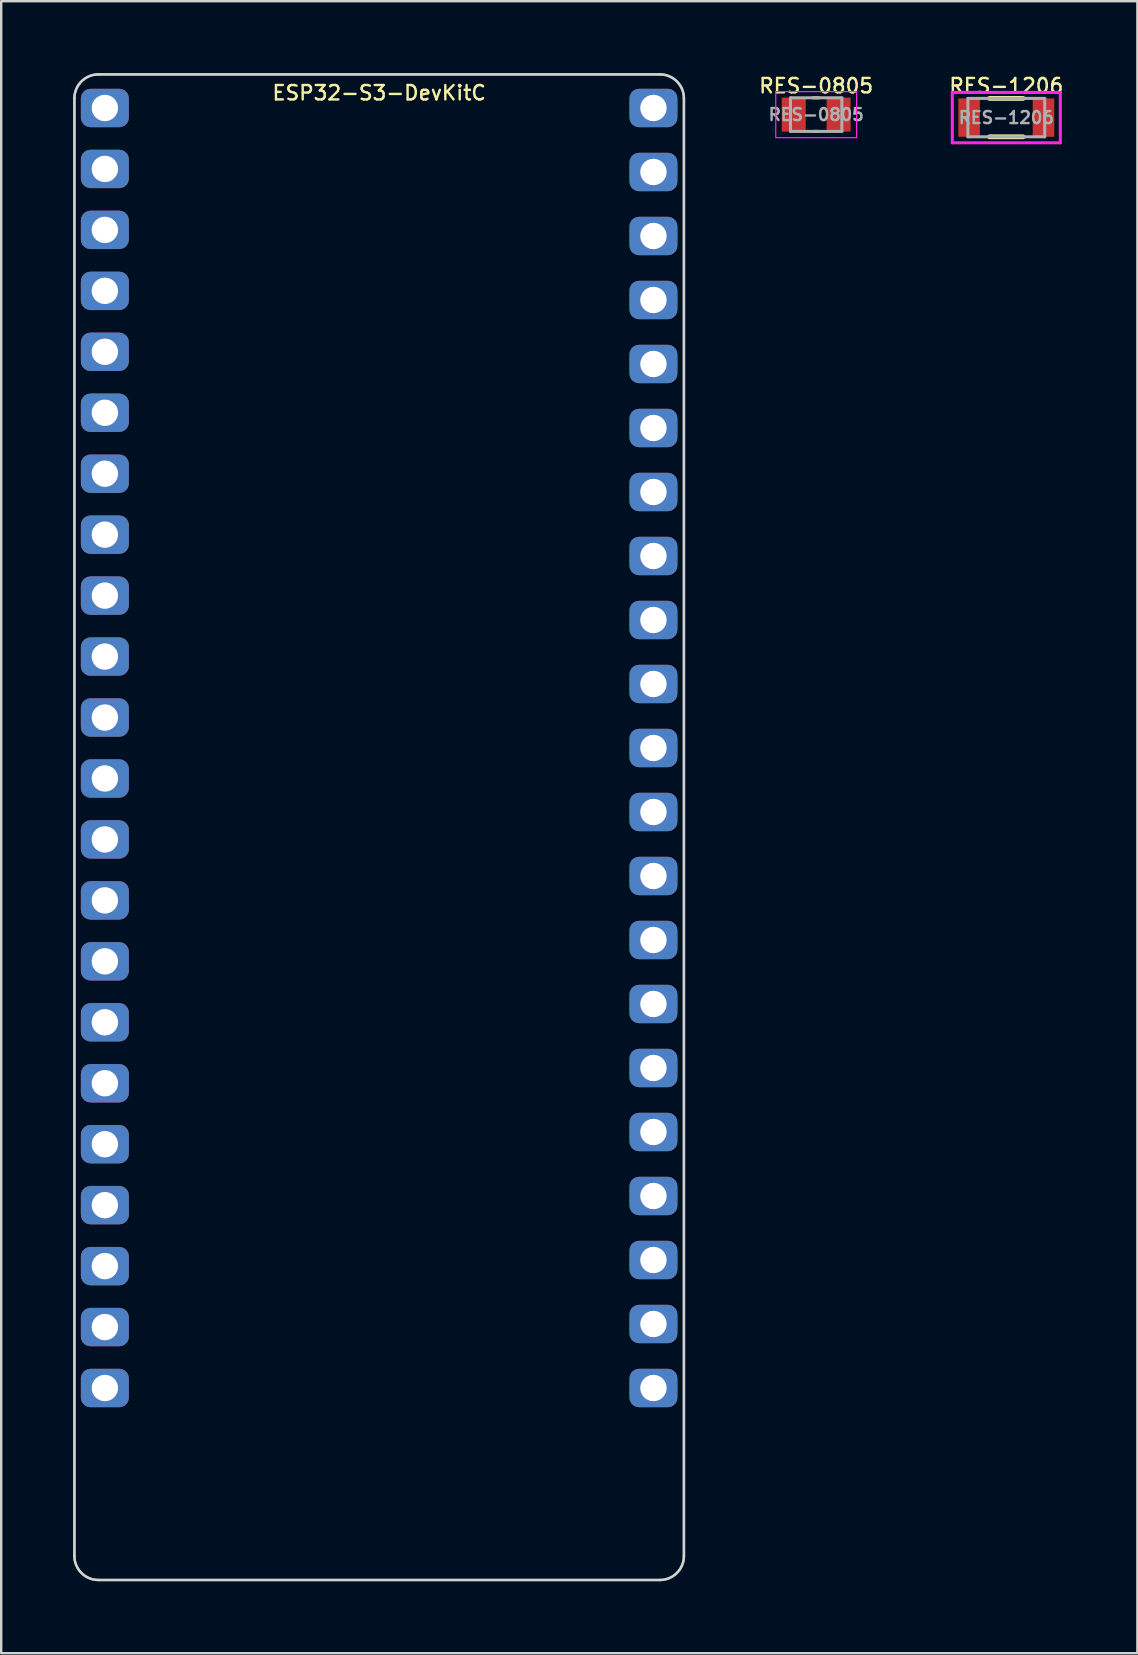
<source format=kicad_pcb>
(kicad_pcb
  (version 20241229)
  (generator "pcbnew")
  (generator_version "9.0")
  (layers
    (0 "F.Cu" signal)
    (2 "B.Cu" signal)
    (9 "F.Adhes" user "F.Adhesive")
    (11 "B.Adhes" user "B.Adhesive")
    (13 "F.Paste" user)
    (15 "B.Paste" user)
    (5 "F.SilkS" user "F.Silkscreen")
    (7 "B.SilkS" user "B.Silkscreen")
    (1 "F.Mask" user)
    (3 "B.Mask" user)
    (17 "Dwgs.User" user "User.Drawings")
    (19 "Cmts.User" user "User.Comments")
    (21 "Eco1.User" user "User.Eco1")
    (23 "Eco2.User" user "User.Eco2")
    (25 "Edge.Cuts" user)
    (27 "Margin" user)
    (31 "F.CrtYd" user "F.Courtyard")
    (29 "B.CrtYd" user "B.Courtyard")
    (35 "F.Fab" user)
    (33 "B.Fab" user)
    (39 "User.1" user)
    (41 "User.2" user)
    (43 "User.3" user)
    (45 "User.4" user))
  (footprint "RES-1206"
    (layer "F.Cu")
    (at 38.884 1.851)
    (property "Reference" "RES-1206" (at 0 -1.325 0) (layer "F.SilkS") (effects (font (size 0.6 0.6) (thickness 0.1) (bold yes))))
    (attr smd)
    (fp_line (start 0.7 -0.8) (end -0.7 -0.8) (stroke (width 0.2) (type solid)) (layer "F.SilkS"))
    (fp_line (start 0.7 0.8) (end -0.7 0.8) (stroke (width 0.2) (type solid)) (layer "F.SilkS"))
    (fp_line (start -2.25 -1.05) (end 2.25 -1.05) (stroke (width 0.127) (type solid)) (layer "F.CrtYd"))
    (fp_line (start -2.25 1.05) (end -2.25 -1.05) (stroke (width 0.127) (type solid)) (layer "F.CrtYd"))
    (fp_line (start -2.25 1.05) (end 2.25 1.05) (stroke (width 0.127) (type solid)) (layer "F.CrtYd"))
    (fp_line (start 2.25 -1.05) (end 2.25 1.05) (stroke (width 0.127) (type solid)) (layer "F.CrtYd"))
    (fp_line (start -1.6 -0.8) (end -1.6 0.8) (stroke (width 0.127) (type solid)) (layer "F.Fab"))
    (fp_line (start -1.6 -0.8) (end 1.6 -0.8) (stroke (width 0.127) (type solid)) (layer "F.Fab"))
    (fp_line (start -1.6 0.8) (end 1.6 0.8) (stroke (width 0.127) (type solid)) (layer "F.Fab"))
    (fp_line (start 1.6 0.8) (end 1.6 -0.8) (stroke (width 0.127) (type solid)) (layer "F.Fab"))
    (fp_text user "${REFERENCE}" (at 0 0 0) (layer "F.Fab") (effects (font (size 0.5 0.5) (thickness 0.1) (bold yes))))
    (pad "1" smd rect (at -1.55 0) (size 0.9 1.6) (layers "F.Cu" "F.Mask" "F.Paste"))
    (pad "2" smd rect (at 1.55 0) (size 0.9 1.6) (layers "F.Cu" "F.Mask" "F.Paste")))
  (footprint "ESP32-S3-DevKitC"
    (layer "F.Cu")
    (at 12.75 31.42)
    (property "Reference" "ESP32-S3-DevKitC" (at 0 -30.6 0) (unlocked yes) (layer "F.SilkS") (effects (font (size 0.6 0.6) (thickness 0.1))))
    (attr smd)
    (fp_line (start -12.7 -30.37) (end -12.7 30.37) (stroke (width 0.1) (type default)) (layer "Edge.Cuts"))
    (fp_line (start -11.7 31.37) (end 11.7 31.37) (stroke (width 0.1) (type default)) (layer "Edge.Cuts"))
    (fp_line (start 11.7 -31.37) (end -11.7 -31.37) (stroke (width 0.1) (type default)) (layer "Edge.Cuts"))
    (fp_line (start 12.7 30.37) (end 12.7 -30.37) (stroke (width 0.1) (type default)) (layer "Edge.Cuts"))
    (fp_arc (start -12.7 -30.37) (mid -12.407107 -31.077107) (end -11.7 -31.37) (stroke (width 0.1) (type default)) (layer "Edge.Cuts"))
    (fp_arc (start -11.7 31.37) (mid -12.407107 31.077107) (end -12.7 30.37) (stroke (width 0.1) (type default)) (layer "Edge.Cuts"))
    (fp_arc (start 11.7 -31.37) (mid 12.407107 -31.077107) (end 12.7 -30.37) (stroke (width 0.1) (type default)) (layer "Edge.Cuts"))
    (fp_arc (start 12.7 30.37) (mid 12.407107 31.077107) (end 11.7 31.37) (stroke (width 0.1) (type default)) (layer "Edge.Cuts"))
    (fp_line (start -12.7 -30.37) (end -12.7 30.37) (stroke (width 0.1) (type default)) (layer "F.Fab"))
    (fp_line (start -11.7 31.37) (end 11.7 31.37) (stroke (width 0.1) (type default)) (layer "F.Fab"))
    (fp_line (start 11.7 -31.37) (end -11.7 -31.37) (stroke (width 0.1) (type default)) (layer "F.Fab"))
    (fp_line (start 12.7 30.37) (end 12.7 -30.37) (stroke (width 0.1) (type default)) (layer "F.Fab"))
    (fp_arc (start -12.7 -30.37) (mid -12.407107 -31.077107) (end -11.7 -31.37) (stroke (width 0.1) (type default)) (layer "F.Fab"))
    (fp_arc (start -11.7 31.37) (mid -12.407107 31.077107) (end -12.7 30.37) (stroke (width 0.1) (type default)) (layer "F.Fab"))
    (fp_arc (start 11.7 -31.37) (mid 12.407107 -31.077107) (end 12.7 -30.37) (stroke (width 0.1) (type default)) (layer "F.Fab"))
    (fp_arc (start 12.7 30.37) (mid 12.407107 31.077107) (end 11.7 31.37) (stroke (width 0.1) (type default)) (layer "F.Fab"))
    (pad "1" thru_hole roundrect (at -11.43 -29.97) (size 2 1.6) (drill 1.1) (layers "*.Cu" "*.Mask") (roundrect_rratio 0.25))
    (pad "2" thru_hole roundrect (at -11.43 -27.43) (size 2 1.6) (drill 1.1) (layers "*.Cu" "*.Mask") (roundrect_rratio 0.25))
    (pad "3" thru_hole roundrect (at -11.43 -24.89) (size 2 1.6) (drill 1.1) (layers "*.Cu" "*.Mask") (roundrect_rratio 0.25))
    (pad "4" thru_hole roundrect (at -11.43 -22.35) (size 2 1.6) (drill 1.1) (layers "*.Cu" "*.Mask") (roundrect_rratio 0.25))
    (pad "5" thru_hole roundrect (at -11.43 -19.81) (size 2 1.6) (drill 1.1) (layers "*.Cu" "*.Mask") (roundrect_rratio 0.25))
    (pad "6" thru_hole roundrect (at -11.43 -17.27) (size 2 1.6) (drill 1.1) (layers "*.Cu" "*.Mask") (roundrect_rratio 0.25))
    (pad "7" thru_hole roundrect (at -11.43 -14.73) (size 2 1.6) (drill 1.1) (layers "*.Cu" "*.Mask") (roundrect_rratio 0.25))
    (pad "8" thru_hole roundrect (at -11.43 -12.19) (size 2 1.6) (drill 1.1) (layers "*.Cu" "*.Mask") (roundrect_rratio 0.25))
    (pad "9" thru_hole roundrect (at -11.43 -9.65) (size 2 1.6) (drill 1.1) (layers "*.Cu" "*.Mask") (roundrect_rratio 0.25))
    (pad "10" thru_hole roundrect (at -11.43 -7.11) (size 2 1.6) (drill 1.1) (layers "*.Cu" "*.Mask") (roundrect_rratio 0.25))
    (pad "11" thru_hole roundrect (at -11.43 -4.57) (size 2 1.6) (drill 1.1) (layers "*.Cu" "*.Mask") (roundrect_rratio 0.25))
    (pad "12" thru_hole roundrect (at -11.43 -2.03) (size 2 1.6) (drill 1.1) (layers "*.Cu" "*.Mask") (roundrect_rratio 0.25))
    (pad "13" thru_hole roundrect (at -11.43 0.51) (size 2 1.6) (drill 1.1) (layers "*.Cu" "*.Mask") (roundrect_rratio 0.25))
    (pad "14" thru_hole roundrect (at -11.43 3.05) (size 2 1.6) (drill 1.1) (layers "*.Cu" "*.Mask") (roundrect_rratio 0.25))
    (pad "15" thru_hole roundrect (at -11.43 5.59) (size 2 1.6) (drill 1.1) (layers "*.Cu" "*.Mask") (roundrect_rratio 0.25))
    (pad "16" thru_hole roundrect (at -11.43 8.13) (size 2 1.6) (drill 1.1) (layers "*.Cu" "*.Mask") (roundrect_rratio 0.25))
    (pad "17" thru_hole roundrect (at -11.43 10.67) (size 2 1.6) (drill 1.1) (layers "*.Cu" "*.Mask") (roundrect_rratio 0.25))
    (pad "18" thru_hole roundrect (at -11.43 13.21) (size 2 1.6) (drill 1.1) (layers "*.Cu" "*.Mask") (roundrect_rratio 0.25))
    (pad "19" thru_hole roundrect (at -11.43 15.75) (size 2 1.6) (drill 1.1) (layers "*.Cu" "*.Mask") (roundrect_rratio 0.25))
    (pad "20" thru_hole roundrect (at -11.43 18.29) (size 2 1.6) (drill 1.1) (layers "*.Cu" "*.Mask") (roundrect_rratio 0.25))
    (pad "21" thru_hole roundrect (at -11.43 20.83) (size 2 1.6) (drill 1.1) (layers "*.Cu" "*.Mask") (roundrect_rratio 0.25))
    (pad "22" thru_hole roundrect (at -11.43 23.37) (size 2 1.6) (drill 1.1) (layers "*.Cu" "*.Mask") (roundrect_rratio 0.25))
    (pad "23" thru_hole roundrect (at 11.43 23.37) (size 2 1.6) (drill 1.1) (layers "*.Cu" "*.Mask") (roundrect_rratio 0.25))
    (pad "24" thru_hole roundrect (at 11.43 20.703) (size 2 1.6) (drill 1.1) (layers "*.Cu" "*.Mask") (roundrect_rratio 0.25))
    (pad "25" thru_hole roundrect (at 11.43 18.036) (size 2 1.6) (drill 1.1) (layers "*.Cu" "*.Mask") (roundrect_rratio 0.25))
    (pad "26" thru_hole roundrect (at 11.43 15.369) (size 2 1.6) (drill 1.1) (layers "*.Cu" "*.Mask") (roundrect_rratio 0.25))
    (pad "27" thru_hole roundrect (at 11.43 12.702) (size 2 1.6) (drill 1.1) (layers "*.Cu" "*.Mask") (roundrect_rratio 0.25))
    (pad "28" thru_hole roundrect (at 11.43 10.035) (size 2 1.6) (drill 1.1) (layers "*.Cu" "*.Mask") (roundrect_rratio 0.25))
    (pad "29" thru_hole roundrect (at 11.43 7.368) (size 2 1.6) (drill 1.1) (layers "*.Cu" "*.Mask") (roundrect_rratio 0.25))
    (pad "30" thru_hole roundrect (at 11.43 4.701) (size 2 1.6) (drill 1.1) (layers "*.Cu" "*.Mask") (roundrect_rratio 0.25))
    (pad "31" thru_hole roundrect (at 11.43 2.034) (size 2 1.6) (drill 1.1) (layers "*.Cu" "*.Mask") (roundrect_rratio 0.25))
    (pad "32" thru_hole roundrect (at 11.43 -0.633) (size 2 1.6) (drill 1.1) (layers "*.Cu" "*.Mask") (roundrect_rratio 0.25))
    (pad "33" thru_hole roundrect (at 11.43 -3.3) (size 2 1.6) (drill 1.1) (layers "*.Cu" "*.Mask") (roundrect_rratio 0.25))
    (pad "34" thru_hole roundrect (at 11.43 -5.967) (size 2 1.6) (drill 1.1) (layers "*.Cu" "*.Mask") (roundrect_rratio 0.25))
    (pad "35" thru_hole roundrect (at 11.43 -8.634) (size 2 1.6) (drill 1.1) (layers "*.Cu" "*.Mask") (roundrect_rratio 0.25))
    (pad "36" thru_hole roundrect (at 11.43 -11.301) (size 2 1.6) (drill 1.1) (layers "*.Cu" "*.Mask") (roundrect_rratio 0.25))
    (pad "37" thru_hole roundrect (at 11.43 -13.968) (size 2 1.6) (drill 1.1) (layers "*.Cu" "*.Mask") (roundrect_rratio 0.25))
    (pad "38" thru_hole roundrect (at 11.43 -16.635) (size 2 1.6) (drill 1.1) (layers "*.Cu" "*.Mask") (roundrect_rratio 0.25))
    (pad "39" thru_hole roundrect (at 11.43 -19.302) (size 2 1.6) (drill 1.1) (layers "*.Cu" "*.Mask") (roundrect_rratio 0.25))
    (pad "40" thru_hole roundrect (at 11.43 -21.969) (size 2 1.6) (drill 1.1) (layers "*.Cu" "*.Mask") (roundrect_rratio 0.25))
    (pad "41" thru_hole roundrect (at 11.43 -24.636) (size 2 1.6) (drill 1.1) (layers "*.Cu" "*.Mask") (roundrect_rratio 0.25))
    (pad "42" thru_hole roundrect (at 11.43 -27.303) (size 2 1.6) (drill 1.1) (layers "*.Cu" "*.Mask") (roundrect_rratio 0.25))
    (pad "43" thru_hole roundrect (at 11.43 -29.97) (size 2 1.6) (drill 1.1) (layers "*.Cu" "*.Mask") (roundrect_rratio 0.25)))
  (footprint "RES-0805"
    (layer "F.Cu")
    (at 30.961 1.726)
    (property "Reference" "RES-0805" (at 0 -1.2 0) (layer "F.SilkS") (effects (font (size 0.6 0.6) (thickness 0.1) (bold yes))))
    (attr smd)
    (fp_line (start -0.12 -0.7) (end 0.12 -0.7) (stroke (width 0.127) (type solid)) (layer "F.SilkS"))
    (fp_line (start -0.12 0.7) (end 0.12 0.7) (stroke (width 0.127) (type solid)) (layer "F.SilkS"))
    (fp_line (start -1.685 -0.96) (end 1.685 -0.96) (stroke (width 0.05) (type solid)) (layer "F.CrtYd"))
    (fp_line (start -1.685 0.96) (end -1.685 -0.96) (stroke (width 0.05) (type solid)) (layer "F.CrtYd"))
    (fp_line (start -1.685 0.96) (end 1.685 0.96) (stroke (width 0.05) (type solid)) (layer "F.CrtYd"))
    (fp_line (start 1.685 0.96) (end 1.685 -0.96) (stroke (width 0.05) (type solid)) (layer "F.CrtYd"))
    (fp_line (start -1.07 0.7) (end -1.07 -0.7) (stroke (width 0.127) (type solid)) (layer "F.Fab"))
    (fp_line (start 1.07 -0.7) (end -1.07 -0.7) (stroke (width 0.127) (type solid)) (layer "F.Fab"))
    (fp_line (start 1.07 0.7) (end -1.07 0.7) (stroke (width 0.127) (type solid)) (layer "F.Fab"))
    (fp_line (start 1.07 0.7) (end 1.07 -0.7) (stroke (width 0.127) (type solid)) (layer "F.Fab"))
    (fp_text user "${REFERENCE}" (at 0 0 0) (layer "F.Fab") (effects (font (size 0.5 0.5) (thickness 0.1) (bold yes))))
    (pad "1" smd rect (at -0.935 0) (size 1 1.42) (layers "F.Cu" "F.Mask" "F.Paste"))
    (pad "2" smd rect (at 0.935 0) (size 1 1.42) (layers "F.Cu" "F.Mask" "F.Paste")))
  (gr_rect
    (start -3 -3)
    (end 44.346 65.84)
    (stroke (width 0.1) (type default))
    (fill no)
    (layer "Edge.Cuts")))
</source>
